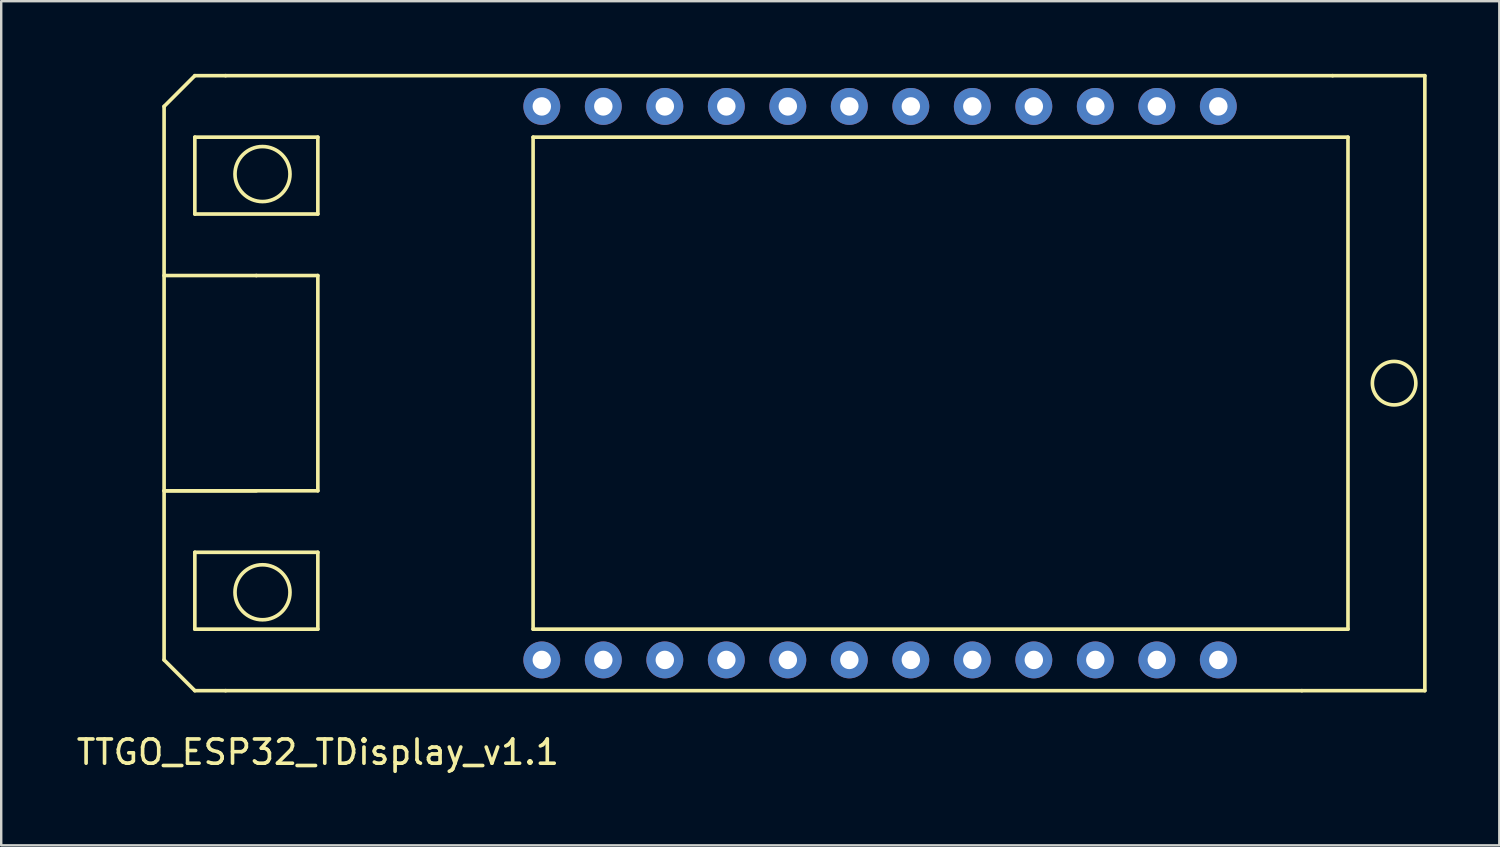
<source format=kicad_pcb>
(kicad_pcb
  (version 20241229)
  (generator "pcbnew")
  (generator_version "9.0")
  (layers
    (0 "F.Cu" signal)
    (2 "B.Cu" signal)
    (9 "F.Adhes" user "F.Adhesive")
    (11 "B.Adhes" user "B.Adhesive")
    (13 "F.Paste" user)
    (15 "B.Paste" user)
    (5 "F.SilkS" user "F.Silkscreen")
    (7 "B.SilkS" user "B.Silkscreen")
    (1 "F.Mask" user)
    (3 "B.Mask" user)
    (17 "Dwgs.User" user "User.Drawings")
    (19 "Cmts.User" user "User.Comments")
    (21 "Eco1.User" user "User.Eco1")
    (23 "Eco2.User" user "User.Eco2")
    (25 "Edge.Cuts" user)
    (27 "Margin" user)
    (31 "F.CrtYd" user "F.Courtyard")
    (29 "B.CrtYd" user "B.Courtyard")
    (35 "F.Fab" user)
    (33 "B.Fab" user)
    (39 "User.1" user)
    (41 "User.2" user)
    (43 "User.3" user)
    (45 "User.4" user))
  (footprint "TTGO_ESP32_TDisplay_v1.1"
    (layer "F.Cu")
    (at 6.267 25.475)
    (property "Reference" "TTGO_ESP32_TDisplay_v1.1" (at 3.81 2.54 0) (layer "F.SilkS") (effects (font (size 1 1) (thickness 0.15))))
    (attr through_hole)
    (fp_line (start -2.54 -24.13) (end -1.27 -25.4) (stroke (width 0.15) (type solid)) (layer "F.SilkS"))
    (fp_line (start -2.54 -8.255) (end 1.27 -8.255) (stroke (width 0.15) (type solid)) (layer "F.SilkS"))
    (fp_line (start -2.54 -1.27) (end -2.54 -24.13) (stroke (width 0.15) (type solid)) (layer "F.SilkS"))
    (fp_line (start -1.27 -25.4) (end 0 -25.4) (stroke (width 0.15) (type solid)) (layer "F.SilkS"))
    (fp_line (start -1.27 -22.86) (end 3.81 -22.86) (stroke (width 0.15) (type solid)) (layer "F.SilkS"))
    (fp_line (start -1.27 -19.685) (end -1.27 -22.86) (stroke (width 0.15) (type solid)) (layer "F.SilkS"))
    (fp_line (start -1.27 -5.715) (end 3.81 -5.715) (stroke (width 0.15) (type solid)) (layer "F.SilkS"))
    (fp_line (start -1.27 -2.54) (end -1.27 -5.715) (stroke (width 0.15) (type solid)) (layer "F.SilkS"))
    (fp_line (start -1.27 0) (end -2.54 -1.27) (stroke (width 0.15) (type solid)) (layer "F.SilkS"))
    (fp_line (start 0 0) (end -1.27 0) (stroke (width 0.15) (type solid)) (layer "F.SilkS"))
    (fp_line (start 1.27 -17.145) (end -2.54 -17.145) (stroke (width 0.15) (type solid)) (layer "F.SilkS"))
    (fp_line (start 1.27 -17.145) (end 3.81 -17.145) (stroke (width 0.15) (type solid)) (layer "F.SilkS"))
    (fp_line (start 3.81 -22.86) (end 3.81 -19.685) (stroke (width 0.15) (type solid)) (layer "F.SilkS"))
    (fp_line (start 3.81 -19.685) (end -1.27 -19.685) (stroke (width 0.15) (type solid)) (layer "F.SilkS"))
    (fp_line (start 3.81 -17.145) (end 3.81 -8.255) (stroke (width 0.15) (type solid)) (layer "F.SilkS"))
    (fp_line (start 3.81 -8.255) (end -2.54 -8.255) (stroke (width 0.15) (type solid)) (layer "F.SilkS"))
    (fp_line (start 3.81 -5.715) (end 3.81 -2.54) (stroke (width 0.15) (type solid)) (layer "F.SilkS"))
    (fp_line (start 3.81 -2.54) (end -1.27 -2.54) (stroke (width 0.15) (type solid)) (layer "F.SilkS"))
    (fp_line (start 12.7 -22.86) (end 46.355 -22.86) (stroke (width 0.15) (type solid)) (layer "F.SilkS"))
    (fp_line (start 12.7 -2.54) (end 12.7 -22.86) (stroke (width 0.15) (type solid)) (layer "F.SilkS"))
    (fp_line (start 44.45 0) (end 0 0) (stroke (width 0.15) (type solid)) (layer "F.SilkS"))
    (fp_line (start 45.72 -25.4) (end 0 -25.4) (stroke (width 0.15) (type solid)) (layer "F.SilkS"))
    (fp_line (start 46.355 -22.86) (end 46.355 -2.54) (stroke (width 0.15) (type solid)) (layer "F.SilkS"))
    (fp_line (start 46.355 -2.54) (end 12.7 -2.54) (stroke (width 0.15) (type solid)) (layer "F.SilkS"))
    (fp_line (start 49.53 -25.4) (end 45.72 -25.4) (stroke (width 0.15) (type solid)) (layer "F.SilkS"))
    (fp_line (start 49.53 -25.4) (end 49.53 0) (stroke (width 0.15) (type solid)) (layer "F.SilkS"))
    (fp_line (start 49.53 0) (end 44.45 0) (stroke (width 0.15) (type solid)) (layer "F.SilkS"))
    (fp_circle (center 1.524 -21.336) (end 2.54 -21.844) (stroke (width 0.15) (type solid)) (fill no) (layer "F.SilkS"))
    (fp_circle (center 1.524 -4.064) (end 2.54 -4.572) (stroke (width 0.15) (type solid)) (fill no) (layer "F.SilkS"))
    (fp_circle (center 48.26 -12.7) (end 48.895 -13.335) (stroke (width 0.15) (type solid)) (fill no) (layer "F.SilkS"))
    (pad "1" thru_hole circle (at 13.06 -1.27) (size 1.524 1.524) (drill 0.762) (layers "*.Cu" "*.Mask"))
    (pad "2" thru_hole circle (at 15.6 -1.27) (size 1.524 1.524) (drill 0.762) (layers "*.Cu" "*.Mask"))
    (pad "3" thru_hole circle (at 18.14 -1.27) (size 1.524 1.524) (drill 0.762) (layers "*.Cu" "*.Mask"))
    (pad "4" thru_hole circle (at 20.68 -1.27) (size 1.524 1.524) (drill 0.762) (layers "*.Cu" "*.Mask"))
    (pad "5" thru_hole circle (at 23.22 -1.27) (size 1.524 1.524) (drill 0.762) (layers "*.Cu" "*.Mask"))
    (pad "6" thru_hole circle (at 25.76 -1.27) (size 1.524 1.524) (drill 0.762) (layers "*.Cu" "*.Mask"))
    (pad "7" thru_hole circle (at 28.3 -1.27) (size 1.524 1.524) (drill 0.762) (layers "*.Cu" "*.Mask"))
    (pad "8" thru_hole circle (at 30.84 -1.27) (size 1.524 1.524) (drill 0.762) (layers "*.Cu" "*.Mask"))
    (pad "9" thru_hole circle (at 33.38 -1.27) (size 1.524 1.524) (drill 0.762) (layers "*.Cu" "*.Mask"))
    (pad "10" thru_hole circle (at 35.92 -1.27) (size 1.524 1.524) (drill 0.762) (layers "*.Cu" "*.Mask"))
    (pad "11" thru_hole circle (at 38.46 -1.27) (size 1.524 1.524) (drill 0.762) (layers "*.Cu" "*.Mask"))
    (pad "12" thru_hole circle (at 41 -1.27) (size 1.524 1.524) (drill 0.762) (layers "*.Cu" "*.Mask"))
    (pad "13" thru_hole circle (at 41 -24.13) (size 1.524 1.524) (drill 0.762) (layers "*.Cu" "*.Mask"))
    (pad "14" thru_hole circle (at 38.46 -24.13) (size 1.524 1.524) (drill 0.762) (layers "*.Cu" "*.Mask"))
    (pad "15" thru_hole circle (at 35.92 -24.13) (size 1.524 1.524) (drill 0.762) (layers "*.Cu" "*.Mask"))
    (pad "16" thru_hole circle (at 33.38 -24.13) (size 1.524 1.524) (drill 0.762) (layers "*.Cu" "*.Mask"))
    (pad "17" thru_hole circle (at 30.84 -24.13) (size 1.524 1.524) (drill 0.762) (layers "*.Cu" "*.Mask"))
    (pad "18" thru_hole circle (at 28.3 -24.13) (size 1.524 1.524) (drill 0.762) (layers "*.Cu" "*.Mask"))
    (pad "19" thru_hole circle (at 25.76 -24.13) (size 1.524 1.524) (drill 0.762) (layers "*.Cu" "*.Mask"))
    (pad "20" thru_hole circle (at 23.22 -24.13) (size 1.524 1.524) (drill 0.762) (layers "*.Cu" "*.Mask"))
    (pad "21" thru_hole circle (at 20.68 -24.13) (size 1.524 1.524) (drill 0.762) (layers "*.Cu" "*.Mask"))
    (pad "22" thru_hole circle (at 18.14 -24.13) (size 1.524 1.524) (drill 0.762) (layers "*.Cu" "*.Mask"))
    (pad "23" thru_hole circle (at 15.6 -24.13) (size 1.524 1.524) (drill 0.762) (layers "*.Cu" "*.Mask"))
    (pad "24" thru_hole circle (at 13.06 -24.13) (size 1.524 1.524) (drill 0.762) (layers "*.Cu" "*.Mask")))
  (gr_rect
    (start -3 -3)
    (end 58.872 31.863)
    (stroke (width 0.1) (type default))
    (fill no)
    (layer "Edge.Cuts")))
</source>
